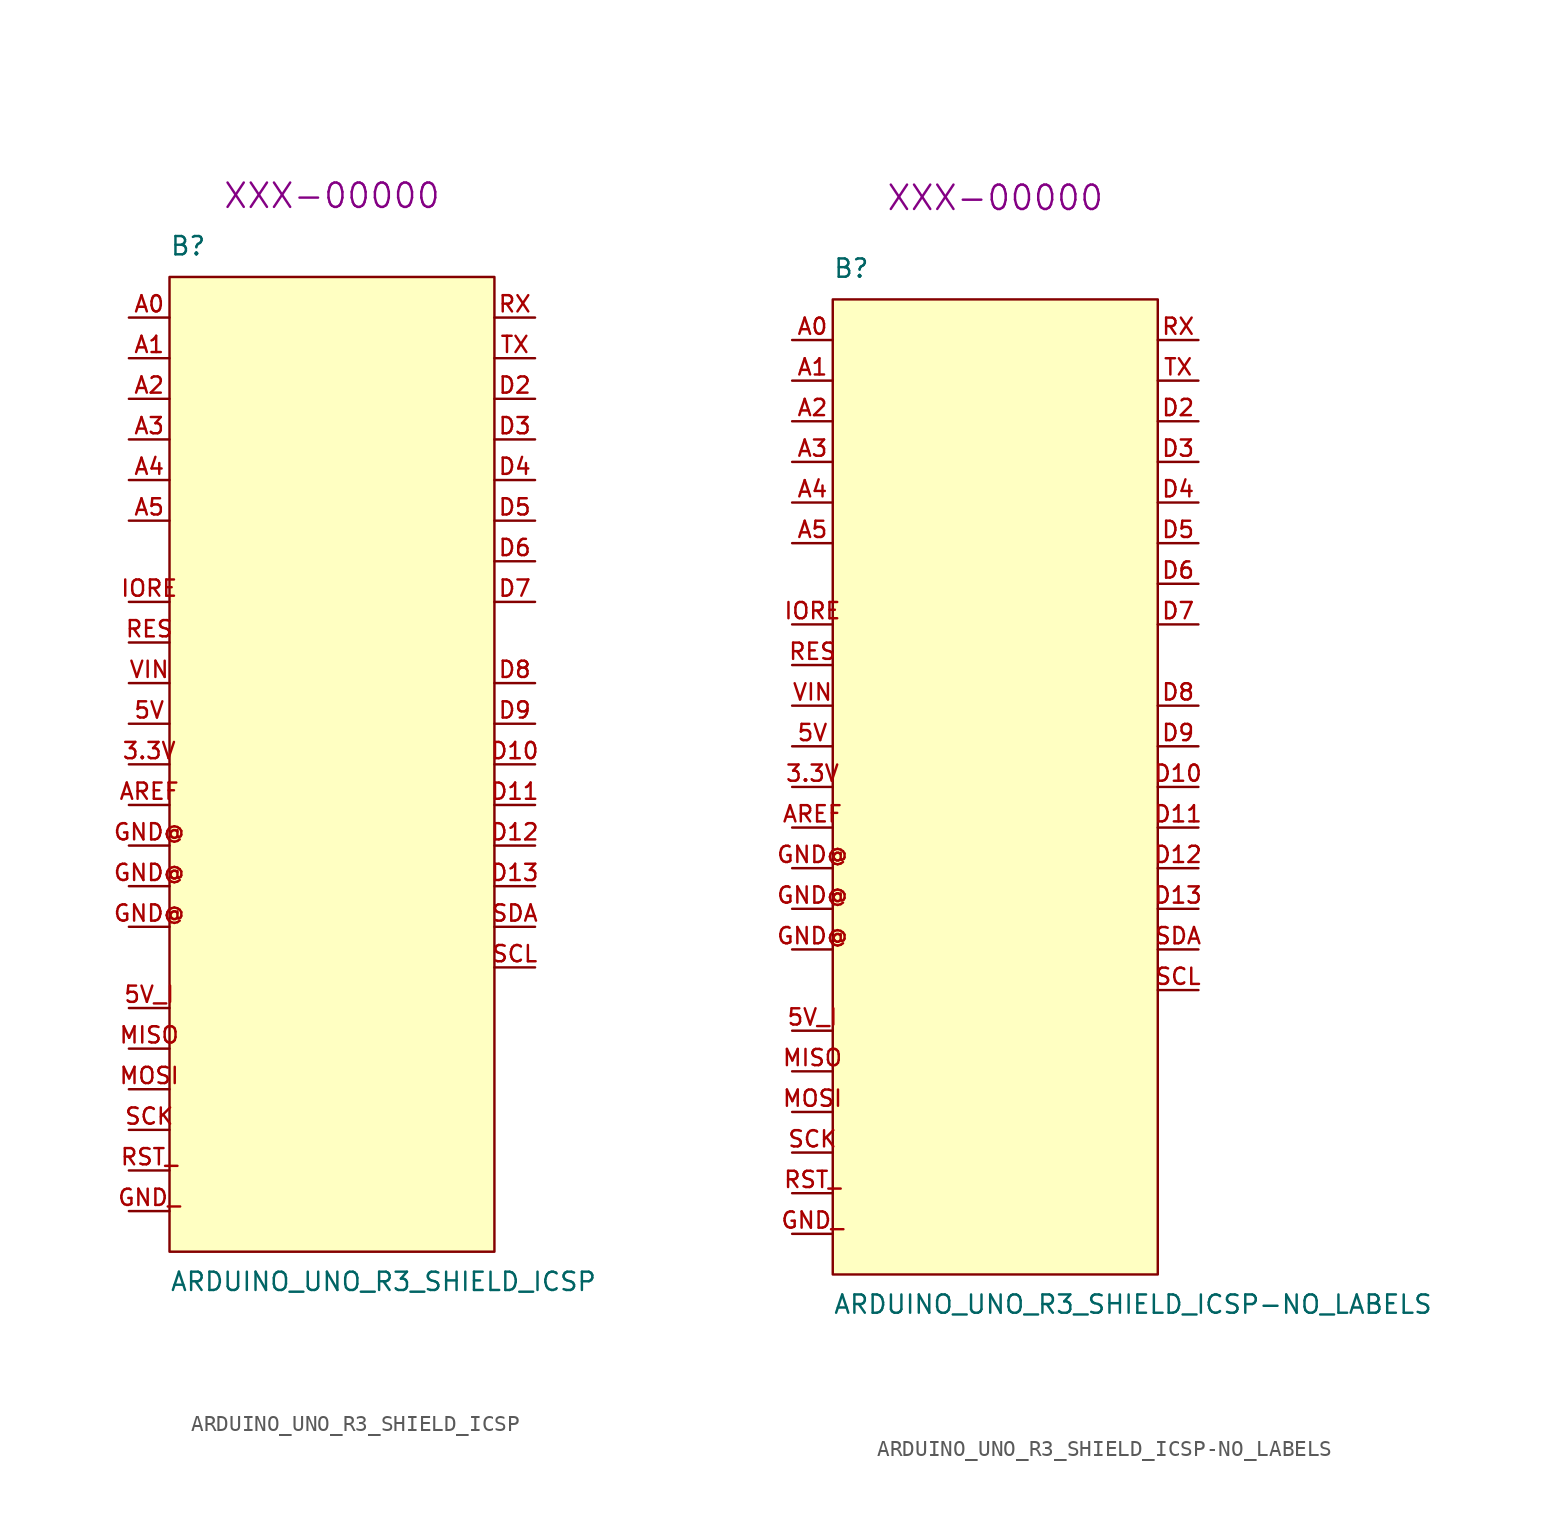
<source format=kicad_sym>
(kicad_symbol_lib
  (version 20220914)
  (generator kicad_symbol_editor)
  (symbol "ARDUINO_UNO_R3_SHIELD_ICSP"
    (pin_names
      (offset 1.016) hide)
    (property "Reference" "B"
      (at -10.16 31.75 0)
      (effects (font (size 1.143 1.143)) (justify left bottom)))
    (property "Value" "ARDUINO_UNO_R3_SHIELD_ICSP"
      (at -10.16 -33.02 0)
      (effects (font (size 1.143 1.143)) (justify left bottom)))
    (property "Field4" "XXX-00000"
      (at 0 35.56 0)
      (effects (font (size 1.524 1.524))))
    (property "ki_locked" ""
      (at 0 0 0)
      (effects (font (size 1.27 1.27))))
    (symbol "ARDUINO_UNO_R3_SHIELD_ICSP_1_1"
      (polyline (pts (xy -10.16 -30.48) (xy -10.16 30.48) (xy 10.16 30.48) (xy 10.16 -30.48) (xy -10.16 -30.48)) (stroke (width 0) (type solid)) (fill (type background)))
      (pin bidirectional line (at -12.7 0 0) (length 2.54) (name "3.3V" (effects (font (size 1.016 1.016)))) (number "3.3V" (effects (font (size 1.016 1.016)))))
      (pin bidirectional line (at -12.7 2.54 0) (length 2.54) (name "5V" (effects (font (size 1.016 1.016)))) (number "5V" (effects (font (size 1.016 1.016)))))
      (pin bidirectional line (at -12.7 -15.24 0) (length 2.54) (name "VCC" (effects (font (size 1.016 1.016)))) (number "5V_I" (effects (font (size 1.016 1.016)))))
      (pin bidirectional line (at -12.7 27.94 0) (length 2.54) (name "A0" (effects (font (size 1.016 1.016)))) (number "A0" (effects (font (size 1.016 1.016)))))
      (pin bidirectional line (at -12.7 25.4 0) (length 2.54) (name "A1" (effects (font (size 1.016 1.016)))) (number "A1" (effects (font (size 1.016 1.016)))))
      (pin bidirectional line (at -12.7 22.86 0) (length 2.54) (name "A2" (effects (font (size 1.016 1.016)))) (number "A2" (effects (font (size 1.016 1.016)))))
      (pin bidirectional line (at -12.7 20.32 0) (length 2.54) (name "A3" (effects (font (size 1.016 1.016)))) (number "A3" (effects (font (size 1.016 1.016)))))
      (pin bidirectional line (at -12.7 17.78 0) (length 2.54) (name "A4" (effects (font (size 1.016 1.016)))) (number "A4" (effects (font (size 1.016 1.016)))))
      (pin bidirectional line (at -12.7 15.24 0) (length 2.54) (name "A5" (effects (font (size 1.016 1.016)))) (number "A5" (effects (font (size 1.016 1.016)))))
      (pin bidirectional line (at -12.7 -2.54 0) (length 2.54) (name "AREF" (effects (font (size 1.016 1.016)))) (number "AREF" (effects (font (size 1.016 1.016)))))
      (pin bidirectional line (at 12.7 0 180) (length 2.54) (name "*D10" (effects (font (size 1.016 1.016)))) (number "D10" (effects (font (size 1.016 1.016)))))
      (pin bidirectional line (at 12.7 -2.54 180) (length 2.54) (name "*D11" (effects (font (size 1.016 1.016)))) (number "D11" (effects (font (size 1.016 1.016)))))
      (pin bidirectional line (at 12.7 -5.08 180) (length 2.54) (name "D12" (effects (font (size 1.016 1.016)))) (number "D12" (effects (font (size 1.016 1.016)))))
      (pin bidirectional line (at 12.7 -7.62 180) (length 2.54) (name "D13" (effects (font (size 1.016 1.016)))) (number "D13" (effects (font (size 1.016 1.016)))))
      (pin bidirectional line (at 12.7 22.86 180) (length 2.54) (name "D2" (effects (font (size 1.016 1.016)))) (number "D2" (effects (font (size 1.016 1.016)))))
      (pin bidirectional line (at 12.7 20.32 180) (length 2.54) (name "*D3" (effects (font (size 1.016 1.016)))) (number "D3" (effects (font (size 1.016 1.016)))))
      (pin bidirectional line (at 12.7 17.78 180) (length 2.54) (name "D4" (effects (font (size 1.016 1.016)))) (number "D4" (effects (font (size 1.016 1.016)))))
      (pin bidirectional line (at 12.7 15.24 180) (length 2.54) (name "*D5" (effects (font (size 1.016 1.016)))) (number "D5" (effects (font (size 1.016 1.016)))))
      (pin bidirectional line (at 12.7 12.7 180) (length 2.54) (name "*D6" (effects (font (size 1.016 1.016)))) (number "D6" (effects (font (size 1.016 1.016)))))
      (pin bidirectional line (at 12.7 10.16 180) (length 2.54) (name "D7" (effects (font (size 1.016 1.016)))) (number "D7" (effects (font (size 1.016 1.016)))))
      (pin bidirectional line (at 12.7 5.08 180) (length 2.54) (name "D8" (effects (font (size 1.016 1.016)))) (number "D8" (effects (font (size 1.016 1.016)))))
      (pin bidirectional line (at 12.7 2.54 180) (length 2.54) (name "*D9" (effects (font (size 1.016 1.016)))) (number "D9" (effects (font (size 1.016 1.016)))))
      (pin bidirectional line (at -12.7 -10.16 0) (length 2.54) (name "GND" (effects (font (size 1.016 1.016)))) (number "GND@" (effects (font (size 1.016 1.016)))))
      (pin bidirectional line (at -12.7 -7.62 0) (length 2.54) (name "GND" (effects (font (size 1.016 1.016)))) (number "GND@" (effects (font (size 1.016 1.016)))))
      (pin bidirectional line (at -12.7 -5.08 0) (length 2.54) (name "GND" (effects (font (size 1.016 1.016)))) (number "GND@" (effects (font (size 1.016 1.016)))))
      (pin bidirectional line (at -12.7 -27.94 0) (length 2.54) (name "GND" (effects (font (size 1.016 1.016)))) (number "GND_" (effects (font (size 1.016 1.016)))))
      (pin bidirectional line (at -12.7 10.16 0) (length 2.54) (name "IOREF" (effects (font (size 1.016 1.016)))) (number "IORE" (effects (font (size 1.016 1.016)))))
      (pin bidirectional line (at -12.7 -17.78 0) (length 2.54) (name "MISO" (effects (font (size 1.016 1.016)))) (number "MISO" (effects (font (size 1.016 1.016)))))
      (pin bidirectional line (at -12.7 -20.32 0) (length 2.54) (name "MOSI" (effects (font (size 1.016 1.016)))) (number "MOSI" (effects (font (size 1.016 1.016)))))
      (pin bidirectional line (at -12.7 7.62 0) (length 2.54) (name "~{RESET}" (effects (font (size 1.016 1.016)))) (number "RES" (effects (font (size 1.016 1.016)))))
      (pin bidirectional line (at -12.7 -25.4 0) (length 2.54) (name "~{RESET}" (effects (font (size 1.016 1.016)))) (number "RST_" (effects (font (size 1.016 1.016)))))
      (pin bidirectional line (at 12.7 27.94 180) (length 2.54) (name "D0" (effects (font (size 1.016 1.016)))) (number "RX" (effects (font (size 1.016 1.016)))))
      (pin bidirectional line (at -12.7 -22.86 0) (length 2.54) (name "SCK" (effects (font (size 1.016 1.016)))) (number "SCK" (effects (font (size 1.016 1.016)))))
      (pin bidirectional line (at 12.7 -12.7 180) (length 2.54) (name "SCL" (effects (font (size 1.016 1.016)))) (number "SCL" (effects (font (size 1.016 1.016)))))
      (pin bidirectional line (at 12.7 -10.16 180) (length 2.54) (name "SDA" (effects (font (size 1.016 1.016)))) (number "SDA" (effects (font (size 1.016 1.016)))))
      (pin bidirectional line (at 12.7 25.4 180) (length 2.54) (name "D1" (effects (font (size 1.016 1.016)))) (number "TX" (effects (font (size 1.016 1.016)))))
      (pin bidirectional line (at -12.7 5.08 0) (length 2.54) (name "VIN" (effects (font (size 1.016 1.016)))) (number "VIN" (effects (font (size 1.016 1.016)))))))
  (symbol "ARDUINO_UNO_R3_SHIELD_ICSP-NO_LABELS"
    (pin_names
      (offset 1.016) hide)
    (property "Reference" "B"
      (at -10.16 31.75 0)
      (effects (font (size 1.143 1.143)) (justify left bottom)))
    (property "Value" "ARDUINO_UNO_R3_SHIELD_ICSP-NO_LABELS"
      (at -10.16 -33.02 0)
      (effects (font (size 1.143 1.143)) (justify left bottom)))
    (property "Field4" "XXX-00000"
      (at 0 36.83 0)
      (effects (font (size 1.524 1.524))))
    (property "ki_locked" ""
      (at 0 0 0)
      (effects (font (size 1.27 1.27))))
    (symbol "ARDUINO_UNO_R3_SHIELD_ICSP-NO_LABELS_1_1"
      (polyline (pts (xy -10.16 -30.48) (xy -10.16 30.48) (xy 10.16 30.48) (xy 10.16 -30.48) (xy -10.16 -30.48)) (stroke (width 0) (type solid)) (fill (type background)))
      (pin bidirectional line (at -12.7 0 0) (length 2.54) (name "3.3V" (effects (font (size 1.016 1.016)))) (number "3.3V" (effects (font (size 1.016 1.016)))))
      (pin bidirectional line (at -12.7 2.54 0) (length 2.54) (name "5V" (effects (font (size 1.016 1.016)))) (number "5V" (effects (font (size 1.016 1.016)))))
      (pin bidirectional line (at -12.7 -15.24 0) (length 2.54) (name "VCC" (effects (font (size 1.016 1.016)))) (number "5V_I" (effects (font (size 1.016 1.016)))))
      (pin bidirectional line (at -12.7 27.94 0) (length 2.54) (name "A0" (effects (font (size 1.016 1.016)))) (number "A0" (effects (font (size 1.016 1.016)))))
      (pin bidirectional line (at -12.7 25.4 0) (length 2.54) (name "A1" (effects (font (size 1.016 1.016)))) (number "A1" (effects (font (size 1.016 1.016)))))
      (pin bidirectional line (at -12.7 22.86 0) (length 2.54) (name "A2" (effects (font (size 1.016 1.016)))) (number "A2" (effects (font (size 1.016 1.016)))))
      (pin bidirectional line (at -12.7 20.32 0) (length 2.54) (name "A3" (effects (font (size 1.016 1.016)))) (number "A3" (effects (font (size 1.016 1.016)))))
      (pin bidirectional line (at -12.7 17.78 0) (length 2.54) (name "A4" (effects (font (size 1.016 1.016)))) (number "A4" (effects (font (size 1.016 1.016)))))
      (pin bidirectional line (at -12.7 15.24 0) (length 2.54) (name "A5" (effects (font (size 1.016 1.016)))) (number "A5" (effects (font (size 1.016 1.016)))))
      (pin bidirectional line (at -12.7 -2.54 0) (length 2.54) (name "AREF" (effects (font (size 1.016 1.016)))) (number "AREF" (effects (font (size 1.016 1.016)))))
      (pin bidirectional line (at 12.7 0 180) (length 2.54) (name "*D10" (effects (font (size 1.016 1.016)))) (number "D10" (effects (font (size 1.016 1.016)))))
      (pin bidirectional line (at 12.7 -2.54 180) (length 2.54) (name "*D11" (effects (font (size 1.016 1.016)))) (number "D11" (effects (font (size 1.016 1.016)))))
      (pin bidirectional line (at 12.7 -5.08 180) (length 2.54) (name "D12" (effects (font (size 1.016 1.016)))) (number "D12" (effects (font (size 1.016 1.016)))))
      (pin bidirectional line (at 12.7 -7.62 180) (length 2.54) (name "D13" (effects (font (size 1.016 1.016)))) (number "D13" (effects (font (size 1.016 1.016)))))
      (pin bidirectional line (at 12.7 22.86 180) (length 2.54) (name "D2" (effects (font (size 1.016 1.016)))) (number "D2" (effects (font (size 1.016 1.016)))))
      (pin bidirectional line (at 12.7 20.32 180) (length 2.54) (name "*D3" (effects (font (size 1.016 1.016)))) (number "D3" (effects (font (size 1.016 1.016)))))
      (pin bidirectional line (at 12.7 17.78 180) (length 2.54) (name "D4" (effects (font (size 1.016 1.016)))) (number "D4" (effects (font (size 1.016 1.016)))))
      (pin bidirectional line (at 12.7 15.24 180) (length 2.54) (name "*D5" (effects (font (size 1.016 1.016)))) (number "D5" (effects (font (size 1.016 1.016)))))
      (pin bidirectional line (at 12.7 12.7 180) (length 2.54) (name "*D6" (effects (font (size 1.016 1.016)))) (number "D6" (effects (font (size 1.016 1.016)))))
      (pin bidirectional line (at 12.7 10.16 180) (length 2.54) (name "D7" (effects (font (size 1.016 1.016)))) (number "D7" (effects (font (size 1.016 1.016)))))
      (pin bidirectional line (at 12.7 5.08 180) (length 2.54) (name "D8" (effects (font (size 1.016 1.016)))) (number "D8" (effects (font (size 1.016 1.016)))))
      (pin bidirectional line (at 12.7 2.54 180) (length 2.54) (name "*D9" (effects (font (size 1.016 1.016)))) (number "D9" (effects (font (size 1.016 1.016)))))
      (pin bidirectional line (at -12.7 -10.16 0) (length 2.54) (name "GND" (effects (font (size 1.016 1.016)))) (number "GND@" (effects (font (size 1.016 1.016)))))
      (pin bidirectional line (at -12.7 -7.62 0) (length 2.54) (name "GND" (effects (font (size 1.016 1.016)))) (number "GND@" (effects (font (size 1.016 1.016)))))
      (pin bidirectional line (at -12.7 -5.08 0) (length 2.54) (name "GND" (effects (font (size 1.016 1.016)))) (number "GND@" (effects (font (size 1.016 1.016)))))
      (pin bidirectional line (at -12.7 -27.94 0) (length 2.54) (name "GND" (effects (font (size 1.016 1.016)))) (number "GND_" (effects (font (size 1.016 1.016)))))
      (pin bidirectional line (at -12.7 10.16 0) (length 2.54) (name "IOREF" (effects (font (size 1.016 1.016)))) (number "IORE" (effects (font (size 1.016 1.016)))))
      (pin bidirectional line (at -12.7 -17.78 0) (length 2.54) (name "MISO" (effects (font (size 1.016 1.016)))) (number "MISO" (effects (font (size 1.016 1.016)))))
      (pin bidirectional line (at -12.7 -20.32 0) (length 2.54) (name "MOSI" (effects (font (size 1.016 1.016)))) (number "MOSI" (effects (font (size 1.016 1.016)))))
      (pin bidirectional line (at -12.7 7.62 0) (length 2.54) (name "~{RESET}" (effects (font (size 1.016 1.016)))) (number "RES" (effects (font (size 1.016 1.016)))))
      (pin bidirectional line (at -12.7 -25.4 0) (length 2.54) (name "~{RESET}" (effects (font (size 1.016 1.016)))) (number "RST_" (effects (font (size 1.016 1.016)))))
      (pin bidirectional line (at 12.7 27.94 180) (length 2.54) (name "D0" (effects (font (size 1.016 1.016)))) (number "RX" (effects (font (size 1.016 1.016)))))
      (pin bidirectional line (at -12.7 -22.86 0) (length 2.54) (name "SCK" (effects (font (size 1.016 1.016)))) (number "SCK" (effects (font (size 1.016 1.016)))))
      (pin bidirectional line (at 12.7 -12.7 180) (length 2.54) (name "SCL" (effects (font (size 1.016 1.016)))) (number "SCL" (effects (font (size 1.016 1.016)))))
      (pin bidirectional line (at 12.7 -10.16 180) (length 2.54) (name "SDA" (effects (font (size 1.016 1.016)))) (number "SDA" (effects (font (size 1.016 1.016)))))
      (pin bidirectional line (at 12.7 25.4 180) (length 2.54) (name "D1" (effects (font (size 1.016 1.016)))) (number "TX" (effects (font (size 1.016 1.016)))))
      (pin bidirectional line (at -12.7 5.08 0) (length 2.54) (name "VIN" (effects (font (size 1.016 1.016)))) (number "VIN" (effects (font (size 1.016 1.016))))))))
</source>
